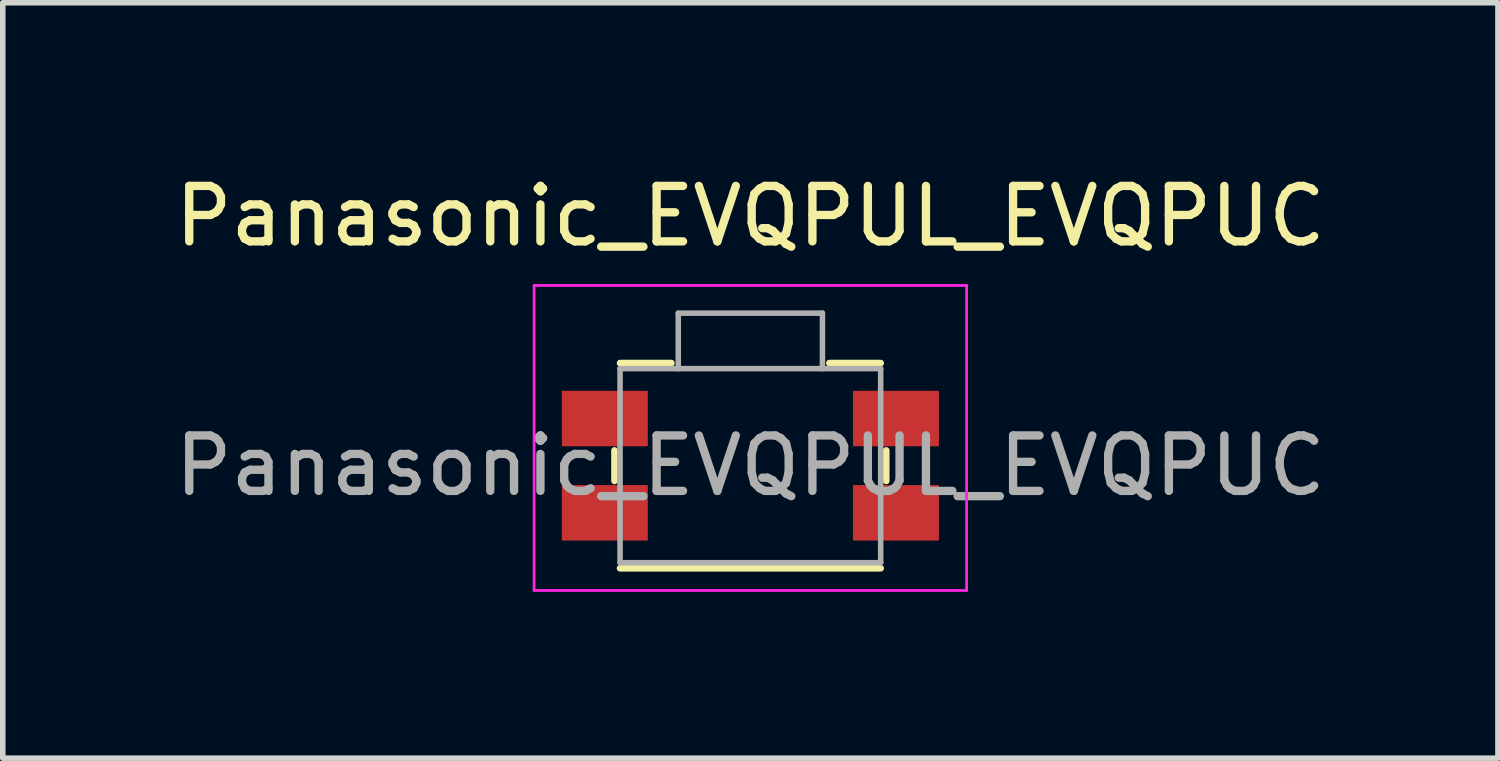
<source format=kicad_pcb>
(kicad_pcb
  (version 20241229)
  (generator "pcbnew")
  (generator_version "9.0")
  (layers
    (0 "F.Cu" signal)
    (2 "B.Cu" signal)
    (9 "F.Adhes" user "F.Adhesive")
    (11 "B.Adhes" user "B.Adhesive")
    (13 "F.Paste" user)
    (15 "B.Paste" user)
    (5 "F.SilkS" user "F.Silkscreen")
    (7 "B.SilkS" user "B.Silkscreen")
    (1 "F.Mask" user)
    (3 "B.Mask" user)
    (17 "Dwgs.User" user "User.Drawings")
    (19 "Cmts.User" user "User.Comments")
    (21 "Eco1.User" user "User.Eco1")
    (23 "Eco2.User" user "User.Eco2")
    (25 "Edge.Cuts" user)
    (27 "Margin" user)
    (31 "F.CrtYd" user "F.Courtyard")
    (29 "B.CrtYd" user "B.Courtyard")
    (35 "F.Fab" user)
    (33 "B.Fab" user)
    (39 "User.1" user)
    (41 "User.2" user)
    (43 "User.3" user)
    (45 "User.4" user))
  (footprint "Panasonic_EVQPUL_EVQPUC"
    (layer "F.Cu")
    (at 10.482 5.348)
    (property "Reference" "Panasonic_EVQPUL_EVQPUC" (at 0 -4.5 0) (layer "F.SilkS") (effects (font (size 1 1) (thickness 0.15))))
    (attr smd)
    (fp_line (start -2.45 0.275) (end -2.45 -0.275) (stroke (width 0.12) (type solid)) (layer "F.SilkS"))
    (fp_line (start -1.425 -1.85) (end -2.35 -1.85) (stroke (width 0.12) (type solid)) (layer "F.SilkS"))
    (fp_line (start 2.35 -1.85) (end 1.425 -1.85) (stroke (width 0.12) (type solid)) (layer "F.SilkS"))
    (fp_line (start 2.35 1.85) (end -2.35 1.85) (stroke (width 0.12) (type solid)) (layer "F.SilkS"))
    (fp_line (start 2.45 0.275) (end 2.45 -0.275) (stroke (width 0.12) (type solid)) (layer "F.SilkS"))
    (fp_line (start -3.9 2.25) (end -3.9 -3.25) (stroke (width 0.05) (type solid)) (layer "F.CrtYd"))
    (fp_line (start 3.9 -3.25) (end -3.9 -3.25) (stroke (width 0.05) (type solid)) (layer "F.CrtYd"))
    (fp_line (start 3.9 2.25) (end -3.9 2.25) (stroke (width 0.05) (type solid)) (layer "F.CrtYd"))
    (fp_line (start 3.9 2.25) (end 3.9 -3.25) (stroke (width 0.05) (type solid)) (layer "F.CrtYd"))
    (fp_line (start -2.35 1.75) (end -2.35 -1.75) (stroke (width 0.1) (type solid)) (layer "F.Fab"))
    (fp_line (start -1.3 -2.75) (end -1.3 -1.75) (stroke (width 0.1) (type solid)) (layer "F.Fab"))
    (fp_line (start 1.3 -2.75) (end -1.3 -2.75) (stroke (width 0.1) (type solid)) (layer "F.Fab"))
    (fp_line (start 1.3 -2.75) (end 1.3 -1.75) (stroke (width 0.1) (type solid)) (layer "F.Fab"))
    (fp_line (start 2.35 -1.75) (end -2.35 -1.75) (stroke (width 0.1) (type solid)) (layer "F.Fab"))
    (fp_line (start 2.35 1.75) (end -2.35 1.75) (stroke (width 0.1) (type solid)) (layer "F.Fab"))
    (fp_line (start 2.35 1.75) (end 2.35 -1.75) (stroke (width 0.1) (type solid)) (layer "F.Fab"))
    (fp_text user "${REFERENCE}" (at 0 0 0) (layer "F.Fab") (effects (font (size 1 1) (thickness 0.15))))
    (pad "1" smd rect (at -2.625 -0.85 180) (size 1.55 1) (layers "F.Cu" "F.Mask" "F.Paste"))
    (pad "1" smd rect (at 2.625 -0.85 180) (size 1.55 1) (layers "F.Cu" "F.Mask" "F.Paste"))
    (pad "2" smd rect (at -2.625 0.85 180) (size 1.55 1) (layers "F.Cu" "F.Mask" "F.Paste"))
    (pad "2" smd rect (at 2.625 0.85 180) (size 1.55 1) (layers "F.Cu" "F.Mask" "F.Paste")))
  (gr_rect
    (start -3 -3)
    (end 23.964 10.623)
    (stroke (width 0.1) (type default))
    (fill no)
    (layer "Edge.Cuts")))
</source>
